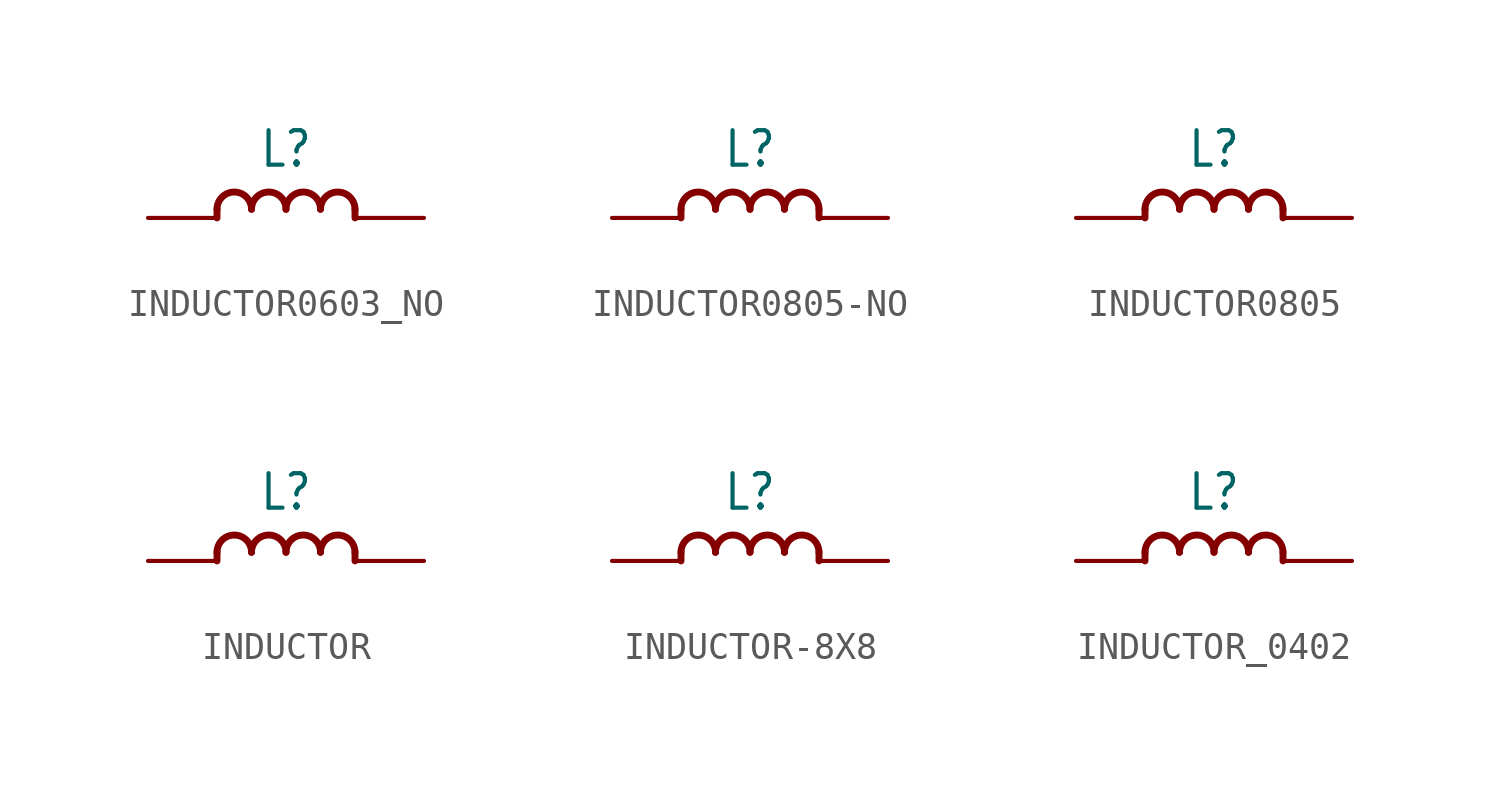
<source format=kicad_sym>
(kicad_symbol_lib
  (version 20241209)
  (generator "kicad_symbol_editor")
  (generator_version "9.0")
  (symbol "INDUCTOR0603_NO"
    (property "Reference" "L"
      (at 0 2.54 0)
      (effects (font (size 1.27 1.079))))
    (property "Value" ""
      (at 0 -1.54 0)
      (effects (font (size 1.27 1.079))))
    (property "ki_locked" ""
      (at 0 0 0)
      (effects (font (size 1.27 1.27))))
    (symbol "INDUCTOR0603_NO_1_0"
      (polyline (pts (xy -2.54 0.318) (xy -2.54 0)) (stroke (width 0.254) (type solid)) (fill (type none)))
      (arc (start -2.54 0.3175) (mid -1.905 0.9525) (end -1.27 0.3175) (stroke (width 0.254) (type solid)) (fill (type none)))
      (arc (start -1.27 0.3175) (mid -0.635 0.9525) (end 0 0.3175) (stroke (width 0.254) (type solid)) (fill (type none)))
      (arc (start 0 0.3175) (mid 0.635 0.9525) (end 1.27 0.3175) (stroke (width 0.254) (type solid)) (fill (type none)))
      (arc (start 1.27 0.3175) (mid 1.905 0.9525) (end 2.54 0.3175) (stroke (width 0.254) (type solid)) (fill (type none)))
      (polyline (pts (xy 2.54 0.318) (xy 2.54 0)) (stroke (width 0.254) (type solid)) (fill (type none)))
      (pin passive line (at -5.08 0 0) (length 2.54) (name "1" (effects (font (size 0 0)))) (number "1" (effects (font (size 0 0)))))
      (pin passive line (at 5.08 0 180) (length 2.54) (name "2" (effects (font (size 0 0)))) (number "2" (effects (font (size 0 0)))))))
  (symbol "INDUCTOR0805-NO"
    (property "Reference" "L"
      (at 0 2.54 0)
      (effects (font (size 1.27 1.079))))
    (property "Value" ""
      (at 0 -1.54 0)
      (effects (font (size 1.27 1.079))))
    (property "ki_locked" ""
      (at 0 0 0)
      (effects (font (size 1.27 1.27))))
    (symbol "INDUCTOR0805-NO_1_0"
      (polyline (pts (xy -2.54 0.318) (xy -2.54 0)) (stroke (width 0.254) (type solid)) (fill (type none)))
      (arc (start -2.54 0.3175) (mid -1.905 0.9525) (end -1.27 0.3175) (stroke (width 0.254) (type solid)) (fill (type none)))
      (arc (start -1.27 0.3175) (mid -0.635 0.9525) (end 0 0.3175) (stroke (width 0.254) (type solid)) (fill (type none)))
      (arc (start 0 0.3175) (mid 0.635 0.9525) (end 1.27 0.3175) (stroke (width 0.254) (type solid)) (fill (type none)))
      (arc (start 1.27 0.3175) (mid 1.905 0.9525) (end 2.54 0.3175) (stroke (width 0.254) (type solid)) (fill (type none)))
      (polyline (pts (xy 2.54 0.318) (xy 2.54 0)) (stroke (width 0.254) (type solid)) (fill (type none)))
      (pin passive line (at -5.08 0 0) (length 2.54) (name "1" (effects (font (size 0 0)))) (number "1" (effects (font (size 0 0)))))
      (pin passive line (at 5.08 0 180) (length 2.54) (name "2" (effects (font (size 0 0)))) (number "2" (effects (font (size 0 0)))))))
  (symbol "INDUCTOR0805"
    (property "Reference" "L"
      (at 0 2.54 0)
      (effects (font (size 1.27 1.079))))
    (property "Value" ""
      (at 0 -1.54 0)
      (effects (font (size 1.27 1.079))))
    (property "ki_locked" ""
      (at 0 0 0)
      (effects (font (size 1.27 1.27))))
    (symbol "INDUCTOR0805_1_0"
      (polyline (pts (xy -2.54 0.318) (xy -2.54 0)) (stroke (width 0.254) (type solid)) (fill (type none)))
      (arc (start -2.54 0.3175) (mid -1.905 0.9525) (end -1.27 0.3175) (stroke (width 0.254) (type solid)) (fill (type none)))
      (arc (start -1.27 0.3175) (mid -0.635 0.9525) (end 0 0.3175) (stroke (width 0.254) (type solid)) (fill (type none)))
      (arc (start 0 0.3175) (mid 0.635 0.9525) (end 1.27 0.3175) (stroke (width 0.254) (type solid)) (fill (type none)))
      (arc (start 1.27 0.3175) (mid 1.905 0.9525) (end 2.54 0.3175) (stroke (width 0.254) (type solid)) (fill (type none)))
      (polyline (pts (xy 2.54 0.318) (xy 2.54 0)) (stroke (width 0.254) (type solid)) (fill (type none)))
      (pin passive line (at -5.08 0 0) (length 2.54) (name "1" (effects (font (size 0 0)))) (number "1" (effects (font (size 0 0)))))
      (pin passive line (at 5.08 0 180) (length 2.54) (name "2" (effects (font (size 0 0)))) (number "2" (effects (font (size 0 0)))))))
  (symbol "INDUCTOR"
    (property "Reference" "L"
      (at 0 2.54 0)
      (effects (font (size 1.27 1.079))))
    (property "Value" ""
      (at 0 -1.54 0)
      (effects (font (size 1.27 1.079))))
    (property "ki_locked" ""
      (at 0 0 0)
      (effects (font (size 1.27 1.27))))
    (symbol "INDUCTOR_1_0"
      (polyline (pts (xy -2.54 0.318) (xy -2.54 0)) (stroke (width 0.254) (type solid)) (fill (type none)))
      (arc (start -2.54 0.3175) (mid -1.905 0.9525) (end -1.27 0.3175) (stroke (width 0.254) (type solid)) (fill (type none)))
      (arc (start -1.27 0.3175) (mid -0.635 0.9525) (end 0 0.3175) (stroke (width 0.254) (type solid)) (fill (type none)))
      (arc (start 0 0.3175) (mid 0.635 0.9525) (end 1.27 0.3175) (stroke (width 0.254) (type solid)) (fill (type none)))
      (arc (start 1.27 0.3175) (mid 1.905 0.9525) (end 2.54 0.3175) (stroke (width 0.254) (type solid)) (fill (type none)))
      (polyline (pts (xy 2.54 0.318) (xy 2.54 0)) (stroke (width 0.254) (type solid)) (fill (type none)))
      (pin passive line (at -5.08 0 0) (length 2.54) (name "1" (effects (font (size 0 0)))) (number "P$1" (effects (font (size 0 0)))))
      (pin passive line (at 5.08 0 180) (length 2.54) (name "2" (effects (font (size 0 0)))) (number "P$2" (effects (font (size 0 0)))))))
  (symbol "INDUCTOR-8X8"
    (property "Reference" "L"
      (at 0 2.54 0)
      (effects (font (size 1.27 1.079))))
    (property "Value" ""
      (at 0 -1.54 0)
      (effects (font (size 1.27 1.079))))
    (property "ki_locked" ""
      (at 0 0 0)
      (effects (font (size 1.27 1.27))))
    (symbol "INDUCTOR-8X8_1_0"
      (polyline (pts (xy -2.54 0.318) (xy -2.54 0)) (stroke (width 0.254) (type solid)) (fill (type none)))
      (arc (start -2.54 0.3175) (mid -1.905 0.9525) (end -1.27 0.3175) (stroke (width 0.254) (type solid)) (fill (type none)))
      (arc (start -1.27 0.3175) (mid -0.635 0.9525) (end 0 0.3175) (stroke (width 0.254) (type solid)) (fill (type none)))
      (arc (start 0 0.3175) (mid 0.635 0.9525) (end 1.27 0.3175) (stroke (width 0.254) (type solid)) (fill (type none)))
      (arc (start 1.27 0.3175) (mid 1.905 0.9525) (end 2.54 0.3175) (stroke (width 0.254) (type solid)) (fill (type none)))
      (polyline (pts (xy 2.54 0.318) (xy 2.54 0)) (stroke (width 0.254) (type solid)) (fill (type none)))
      (pin passive line (at -5.08 0 0) (length 2.54) (name "1" (effects (font (size 0 0)))) (number "P$1" (effects (font (size 0 0)))))
      (pin passive line (at 5.08 0 180) (length 2.54) (name "2" (effects (font (size 0 0)))) (number "P$2" (effects (font (size 0 0)))))))
  (symbol "INDUCTOR_0402"
    (property "Reference" "L"
      (at 0 2.54 0)
      (effects (font (size 1.27 1.079))))
    (property "Value" ""
      (at 0 -1.54 0)
      (effects (font (size 1.27 1.079))))
    (property "ki_locked" ""
      (at 0 0 0)
      (effects (font (size 1.27 1.27))))
    (symbol "INDUCTOR_0402_1_0"
      (polyline (pts (xy -2.54 0.318) (xy -2.54 0)) (stroke (width 0.254) (type solid)) (fill (type none)))
      (arc (start -2.54 0.3175) (mid -1.905 0.9525) (end -1.27 0.3175) (stroke (width 0.254) (type solid)) (fill (type none)))
      (arc (start -1.27 0.3175) (mid -0.635 0.9525) (end 0 0.3175) (stroke (width 0.254) (type solid)) (fill (type none)))
      (arc (start 0 0.3175) (mid 0.635 0.9525) (end 1.27 0.3175) (stroke (width 0.254) (type solid)) (fill (type none)))
      (arc (start 1.27 0.3175) (mid 1.905 0.9525) (end 2.54 0.3175) (stroke (width 0.254) (type solid)) (fill (type none)))
      (polyline (pts (xy 2.54 0.318) (xy 2.54 0)) (stroke (width 0.254) (type solid)) (fill (type none)))
      (pin passive line (at -5.08 0 0) (length 2.54) (name "1" (effects (font (size 0 0)))) (number "1" (effects (font (size 0 0)))))
      (pin passive line (at 5.08 0 180) (length 2.54) (name "2" (effects (font (size 0 0)))) (number "2" (effects (font (size 0 0))))))))
</source>
